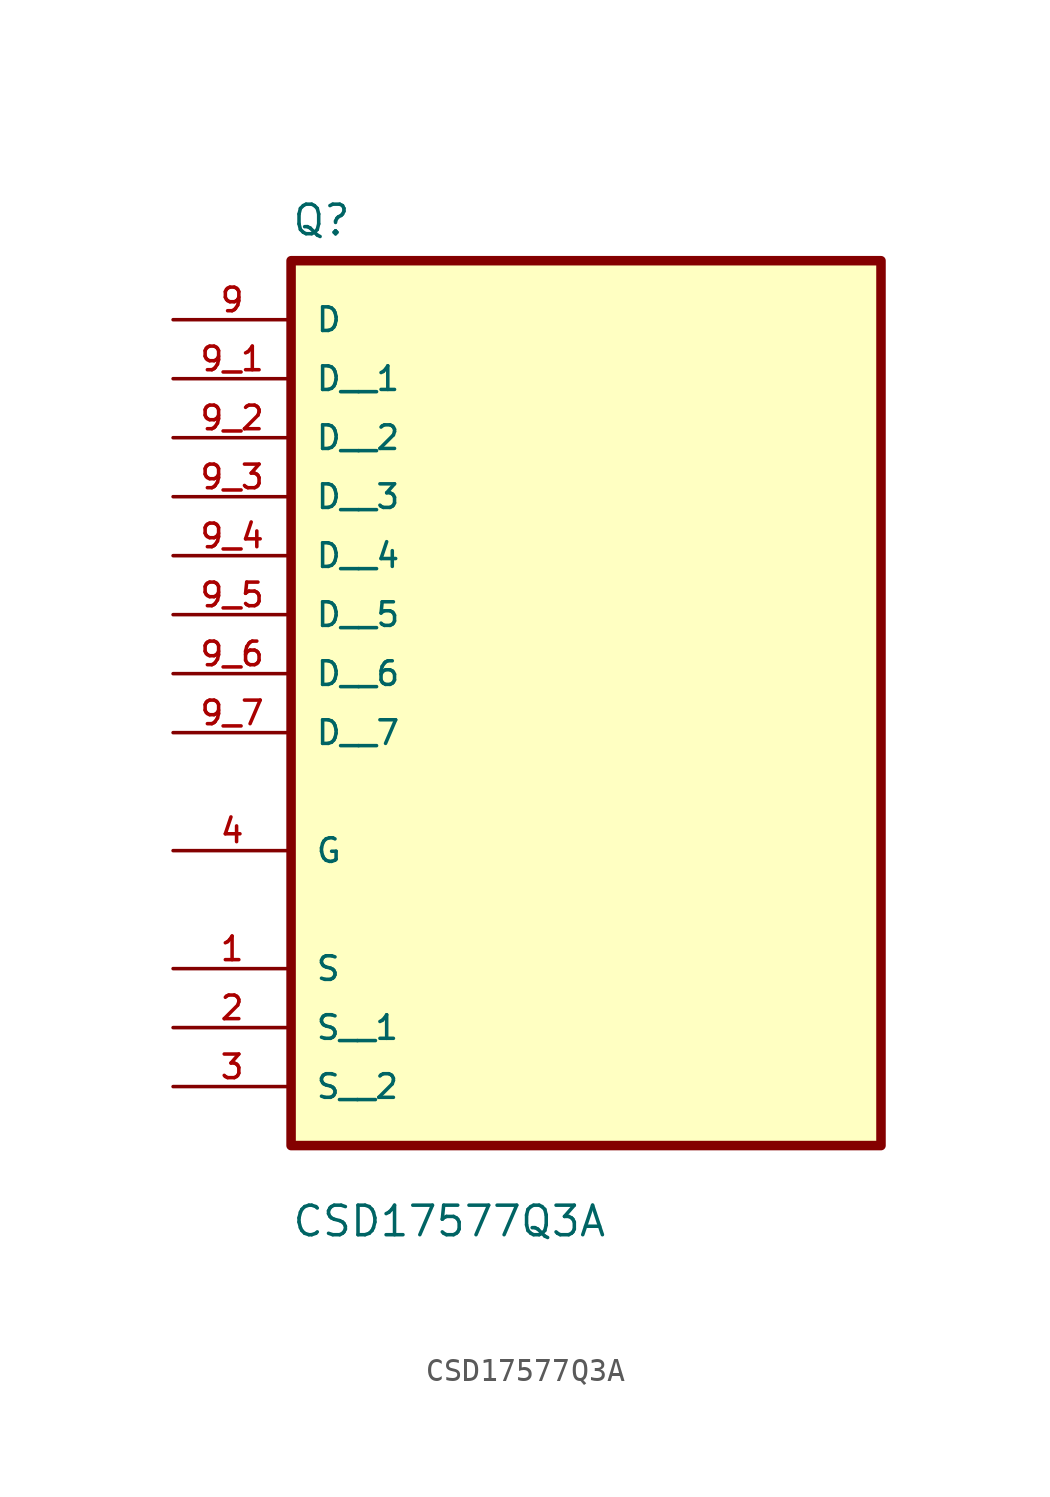
<source format=kicad_sym>
(kicad_symbol_lib
  (version 20211014)
  (generator kicad_symbol_editor)
  (symbol "CSD17577Q3A"
    (pin_names
      (offset 1.016))
    (property "Reference" "Q"
      (at -12.7 8.62 0.0)
      (effects (font (size 1.27 1.27)) (justify bottom left)))
    (property "Value" "CSD17577Q3A"
      (at -12.7 -34.48 0.0)
      (effects (font (size 1.27 1.27)) (justify bottom left)))
    (symbol "CSD17577Q3A_0_0"
      (rectangle (start -12.7 -30.48) (end 12.7 7.62) (stroke (width 0.41)) (fill (type background)))
      (pin bidirectional line (at -17.78 5.08 0) (length 5.08) (name "D" (effects (font (size 1.016 1.016)))) (number "9" (effects (font (size 1.016 1.016)))))
      (pin bidirectional line (at -17.78 -17.78 0) (length 5.08) (name "G" (effects (font (size 1.016 1.016)))) (number "4" (effects (font (size 1.016 1.016)))))
      (pin bidirectional line (at -17.78 -22.86 0) (length 5.08) (name "S" (effects (font (size 1.016 1.016)))) (number "1" (effects (font (size 1.016 1.016)))))
      (pin bidirectional line (at -17.78 2.54 0) (length 5.08) (name "D__1" (effects (font (size 1.016 1.016)))) (number "9_1" (effects (font (size 1.016 1.016)))))
      (pin bidirectional line (at -17.78 0.0 0) (length 5.08) (name "D__2" (effects (font (size 1.016 1.016)))) (number "9_2" (effects (font (size 1.016 1.016)))))
      (pin bidirectional line (at -17.78 -2.54 0) (length 5.08) (name "D__3" (effects (font (size 1.016 1.016)))) (number "9_3" (effects (font (size 1.016 1.016)))))
      (pin bidirectional line (at -17.78 -5.08 0) (length 5.08) (name "D__4" (effects (font (size 1.016 1.016)))) (number "9_4" (effects (font (size 1.016 1.016)))))
      (pin bidirectional line (at -17.78 -7.62 0) (length 5.08) (name "D__5" (effects (font (size 1.016 1.016)))) (number "9_5" (effects (font (size 1.016 1.016)))))
      (pin bidirectional line (at -17.78 -10.16 0) (length 5.08) (name "D__6" (effects (font (size 1.016 1.016)))) (number "9_6" (effects (font (size 1.016 1.016)))))
      (pin bidirectional line (at -17.78 -12.7 0) (length 5.08) (name "D__7" (effects (font (size 1.016 1.016)))) (number "9_7" (effects (font (size 1.016 1.016)))))
      (pin bidirectional line (at -17.78 -25.4 0) (length 5.08) (name "S__1" (effects (font (size 1.016 1.016)))) (number "2" (effects (font (size 1.016 1.016)))))
      (pin bidirectional line (at -17.78 -27.94 0) (length 5.08) (name "S__2" (effects (font (size 1.016 1.016)))) (number "3" (effects (font (size 1.016 1.016))))))))
</source>
